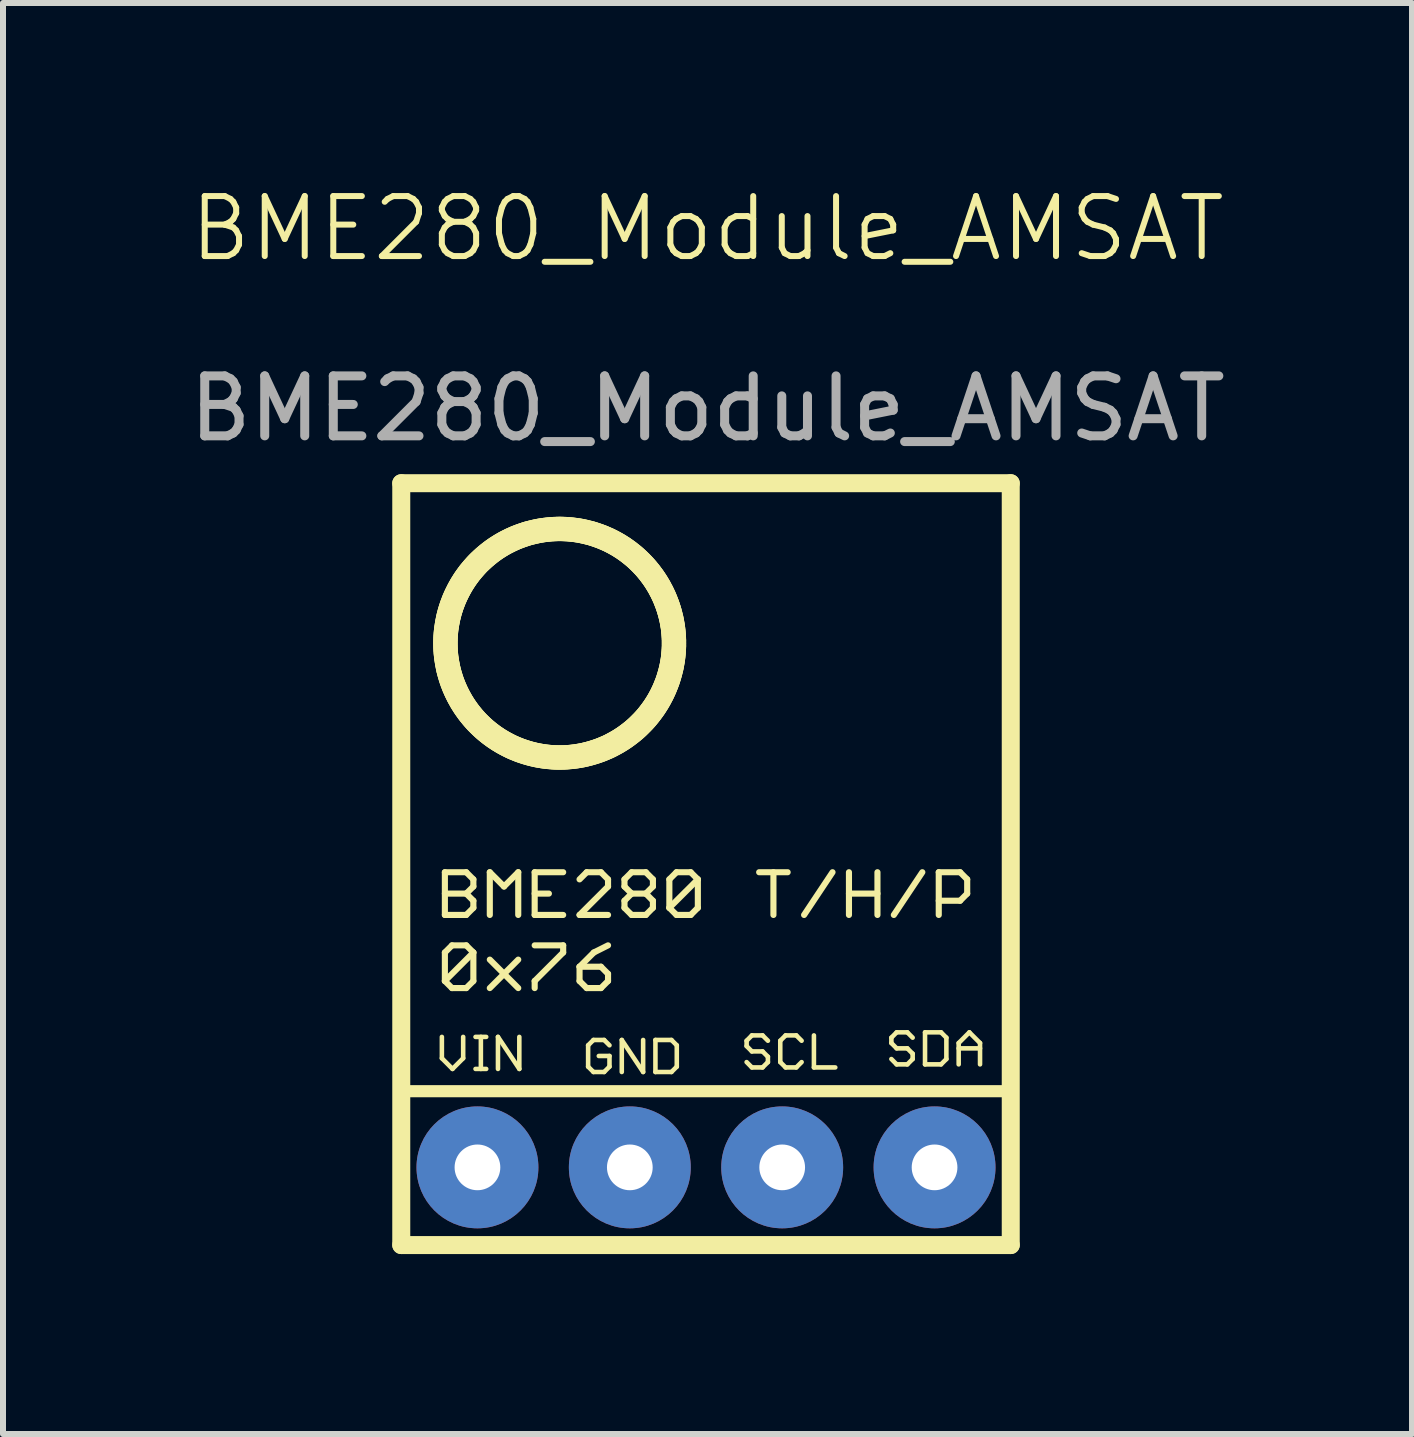
<source format=kicad_pcb>
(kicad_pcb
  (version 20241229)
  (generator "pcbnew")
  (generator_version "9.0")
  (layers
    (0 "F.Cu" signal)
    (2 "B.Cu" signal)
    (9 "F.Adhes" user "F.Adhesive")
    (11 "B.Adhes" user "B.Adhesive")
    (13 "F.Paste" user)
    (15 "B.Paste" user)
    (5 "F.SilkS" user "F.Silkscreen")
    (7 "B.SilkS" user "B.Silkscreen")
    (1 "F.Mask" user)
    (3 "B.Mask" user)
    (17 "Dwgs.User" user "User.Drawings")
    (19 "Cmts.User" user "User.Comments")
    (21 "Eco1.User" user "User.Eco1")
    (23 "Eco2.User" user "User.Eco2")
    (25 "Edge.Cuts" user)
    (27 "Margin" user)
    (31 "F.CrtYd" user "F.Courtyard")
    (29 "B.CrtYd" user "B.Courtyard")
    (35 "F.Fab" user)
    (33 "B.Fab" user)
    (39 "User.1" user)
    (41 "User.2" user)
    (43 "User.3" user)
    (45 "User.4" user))
  (footprint "BME280_Module_AMSAT"
    (layer "F.Cu")
    (at 8.744 16.41)
    (property "Reference" "BME280_Module_AMSAT" (at 0 -15.649 0) (unlocked yes) (layer "F.SilkS") (effects (font (size 1 1) (thickness 0.1))))
    (attr through_hole)
    (fp_line (start -5.105 -11.405) (end -5.105 1.295) (stroke (width 0.3) (type solid)) (layer "F.SilkS"))
    (fp_line (start -5.105 1.295) (end 5.055 1.295) (stroke (width 0.3) (type solid)) (layer "F.SilkS"))
    (fp_line (start -4.428 -2.175) (end -4.428 -1.819) (stroke (width 0.076) (type solid)) (layer "F.SilkS"))
    (fp_line (start -4.428 -1.819) (end -4.251 -1.641) (stroke (width 0.076) (type solid)) (layer "F.SilkS"))
    (fp_line (start -4.378 -4.92) (end -4.022 -4.92) (stroke (width 0.102) (type solid)) (layer "F.SilkS"))
    (fp_line (start -4.378 -4.208) (end -4.378 -4.92) (stroke (width 0.102) (type solid)) (layer "F.SilkS"))
    (fp_line (start -4.378 -3.582) (end -4.259 -3.701) (stroke (width 0.102) (type solid)) (layer "F.SilkS"))
    (fp_line (start -4.378 -3.107) (end -4.378 -3.582) (stroke (width 0.102) (type solid)) (layer "F.SilkS"))
    (fp_line (start -4.378 -3.107) (end -3.903 -3.582) (stroke (width 0.102) (type solid)) (layer "F.SilkS"))
    (fp_line (start -4.369 -8.738) (end -4.368 -8.784) (stroke (width 0.406) (type solid)) (layer "F.SilkS"))
    (fp_line (start -4.368 -8.784) (end -4.367 -8.831) (stroke (width 0.406) (type solid)) (layer "F.SilkS"))
    (fp_line (start -4.368 -8.691) (end -4.369 -8.738) (stroke (width 0.406) (type solid)) (layer "F.SilkS"))
    (fp_line (start -4.367 -8.831) (end -4.364 -8.878) (stroke (width 0.406) (type solid)) (layer "F.SilkS"))
    (fp_line (start -4.367 -8.644) (end -4.368 -8.691) (stroke (width 0.406) (type solid)) (layer "F.SilkS"))
    (fp_line (start -4.364 -8.878) (end -4.36 -8.924) (stroke (width 0.406) (type solid)) (layer "F.SilkS"))
    (fp_line (start -4.364 -8.597) (end -4.367 -8.644) (stroke (width 0.406) (type solid)) (layer "F.SilkS"))
    (fp_line (start -4.36 -8.924) (end -4.355 -8.971) (stroke (width 0.406) (type solid)) (layer "F.SilkS"))
    (fp_line (start -4.36 -8.551) (end -4.364 -8.597) (stroke (width 0.406) (type solid)) (layer "F.SilkS"))
    (fp_line (start -4.355 -8.971) (end -4.348 -9.017) (stroke (width 0.406) (type solid)) (layer "F.SilkS"))
    (fp_line (start -4.355 -8.504) (end -4.36 -8.551) (stroke (width 0.406) (type solid)) (layer "F.SilkS"))
    (fp_line (start -4.348 -9.017) (end -4.341 -9.063) (stroke (width 0.406) (type solid)) (layer "F.SilkS"))
    (fp_line (start -4.348 -8.458) (end -4.355 -8.504) (stroke (width 0.406) (type solid)) (layer "F.SilkS"))
    (fp_line (start -4.341 -9.063) (end -4.332 -9.109) (stroke (width 0.406) (type solid)) (layer "F.SilkS"))
    (fp_line (start -4.341 -8.412) (end -4.348 -8.458) (stroke (width 0.406) (type solid)) (layer "F.SilkS"))
    (fp_line (start -4.332 -9.109) (end -4.323 -9.155) (stroke (width 0.406) (type solid)) (layer "F.SilkS"))
    (fp_line (start -4.332 -8.366) (end -4.341 -8.412) (stroke (width 0.406) (type solid)) (layer "F.SilkS"))
    (fp_line (start -4.323 -9.155) (end -4.312 -9.2) (stroke (width 0.406) (type solid)) (layer "F.SilkS"))
    (fp_line (start -4.323 -8.32) (end -4.332 -8.366) (stroke (width 0.406) (type solid)) (layer "F.SilkS"))
    (fp_line (start -4.312 -9.2) (end -4.3 -9.246) (stroke (width 0.406) (type solid)) (layer "F.SilkS"))
    (fp_line (start -4.312 -8.275) (end -4.323 -8.32) (stroke (width 0.406) (type solid)) (layer "F.SilkS"))
    (fp_line (start -4.3 -9.246) (end -4.287 -9.291) (stroke (width 0.406) (type solid)) (layer "F.SilkS"))
    (fp_line (start -4.3 -8.23) (end -4.312 -8.275) (stroke (width 0.406) (type solid)) (layer "F.SilkS"))
    (fp_line (start -4.287 -9.291) (end -4.273 -9.335) (stroke (width 0.406) (type solid)) (layer "F.SilkS"))
    (fp_line (start -4.287 -8.185) (end -4.3 -8.23) (stroke (width 0.406) (type solid)) (layer "F.SilkS"))
    (fp_line (start -4.273 -9.335) (end -4.258 -9.379) (stroke (width 0.406) (type solid)) (layer "F.SilkS"))
    (fp_line (start -4.273 -8.14) (end -4.287 -8.185) (stroke (width 0.406) (type solid)) (layer "F.SilkS"))
    (fp_line (start -4.259 -3.701) (end -4.022 -3.701) (stroke (width 0.102) (type solid)) (layer "F.SilkS"))
    (fp_line (start -4.259 -2.989) (end -4.378 -3.107) (stroke (width 0.102) (type solid)) (layer "F.SilkS"))
    (fp_line (start -4.258 -9.379) (end -4.241 -9.423) (stroke (width 0.406) (type solid)) (layer "F.SilkS"))
    (fp_line (start -4.258 -8.096) (end -4.273 -8.14) (stroke (width 0.406) (type solid)) (layer "F.SilkS"))
    (fp_line (start -4.251 -1.641) (end -4.073 -1.819) (stroke (width 0.076) (type solid)) (layer "F.SilkS"))
    (fp_line (start -4.241 -9.423) (end -4.224 -9.467) (stroke (width 0.406) (type solid)) (layer "F.SilkS"))
    (fp_line (start -4.241 -8.052) (end -4.258 -8.096) (stroke (width 0.406) (type solid)) (layer "F.SilkS"))
    (fp_line (start -4.224 -9.467) (end -4.205 -9.51) (stroke (width 0.406) (type solid)) (layer "F.SilkS"))
    (fp_line (start -4.224 -8.009) (end -4.241 -8.052) (stroke (width 0.406) (type solid)) (layer "F.SilkS"))
    (fp_line (start -4.205 -9.51) (end -4.186 -9.552) (stroke (width 0.406) (type solid)) (layer "F.SilkS"))
    (fp_line (start -4.205 -7.966) (end -4.224 -8.009) (stroke (width 0.406) (type solid)) (layer "F.SilkS"))
    (fp_line (start -4.186 -9.552) (end -4.165 -9.594) (stroke (width 0.406) (type solid)) (layer "F.SilkS"))
    (fp_line (start -4.186 -7.923) (end -4.205 -7.966) (stroke (width 0.406) (type solid)) (layer "F.SilkS"))
    (fp_line (start -4.165 -9.594) (end -4.144 -9.635) (stroke (width 0.406) (type solid)) (layer "F.SilkS"))
    (fp_line (start -4.165 -7.881) (end -4.186 -7.923) (stroke (width 0.406) (type solid)) (layer "F.SilkS"))
    (fp_line (start -4.144 -9.635) (end -4.121 -9.677) (stroke (width 0.406) (type solid)) (layer "F.SilkS"))
    (fp_line (start -4.144 -7.84) (end -4.165 -7.881) (stroke (width 0.406) (type solid)) (layer "F.SilkS"))
    (fp_line (start -4.121 -9.677) (end -4.098 -9.717) (stroke (width 0.406) (type solid)) (layer "F.SilkS"))
    (fp_line (start -4.121 -7.799) (end -4.144 -7.84) (stroke (width 0.406) (type solid)) (layer "F.SilkS"))
    (fp_line (start -4.098 -9.717) (end -4.073 -9.757) (stroke (width 0.406) (type solid)) (layer "F.SilkS"))
    (fp_line (start -4.098 -7.758) (end -4.121 -7.799) (stroke (width 0.406) (type solid)) (layer "F.SilkS"))
    (fp_line (start -4.073 -9.757) (end -4.048 -9.796) (stroke (width 0.406) (type solid)) (layer "F.SilkS"))
    (fp_line (start -4.073 -7.719) (end -4.098 -7.758) (stroke (width 0.406) (type solid)) (layer "F.SilkS"))
    (fp_line (start -4.073 -1.819) (end -4.073 -2.175) (stroke (width 0.076) (type solid)) (layer "F.SilkS"))
    (fp_line (start -4.048 -9.796) (end -4.021 -9.835) (stroke (width 0.406) (type solid)) (layer "F.SilkS"))
    (fp_line (start -4.048 -7.679) (end -4.073 -7.719) (stroke (width 0.406) (type solid)) (layer "F.SilkS"))
    (fp_line (start -4.022 -4.92) (end -3.903 -4.801) (stroke (width 0.102) (type solid)) (layer "F.SilkS"))
    (fp_line (start -4.022 -4.564) (end -4.378 -4.564) (stroke (width 0.102) (type solid)) (layer "F.SilkS"))
    (fp_line (start -4.022 -4.564) (end -3.903 -4.445) (stroke (width 0.102) (type solid)) (layer "F.SilkS"))
    (fp_line (start -4.022 -4.208) (end -4.378 -4.208) (stroke (width 0.102) (type solid)) (layer "F.SilkS"))
    (fp_line (start -4.022 -3.701) (end -3.903 -3.582) (stroke (width 0.102) (type solid)) (layer "F.SilkS"))
    (fp_line (start -4.022 -2.989) (end -4.259 -2.989) (stroke (width 0.102) (type solid)) (layer "F.SilkS"))
    (fp_line (start -4.021 -9.835) (end -3.994 -9.872) (stroke (width 0.406) (type solid)) (layer "F.SilkS"))
    (fp_line (start -4.021 -7.641) (end -4.048 -7.679) (stroke (width 0.406) (type solid)) (layer "F.SilkS"))
    (fp_line (start -3.994 -9.872) (end -3.966 -9.91) (stroke (width 0.406) (type solid)) (layer "F.SilkS"))
    (fp_line (start -3.994 -7.603) (end -4.021 -7.641) (stroke (width 0.406) (type solid)) (layer "F.SilkS"))
    (fp_line (start -3.966 -9.91) (end -3.936 -9.946) (stroke (width 0.406) (type solid)) (layer "F.SilkS"))
    (fp_line (start -3.966 -7.566) (end -3.994 -7.603) (stroke (width 0.406) (type solid)) (layer "F.SilkS"))
    (fp_line (start -3.936 -9.946) (end -3.906 -9.982) (stroke (width 0.406) (type solid)) (layer "F.SilkS"))
    (fp_line (start -3.936 -7.529) (end -3.966 -7.566) (stroke (width 0.406) (type solid)) (layer "F.SilkS"))
    (fp_line (start -3.906 -9.982) (end -3.875 -10.017) (stroke (width 0.406) (type solid)) (layer "F.SilkS"))
    (fp_line (start -3.906 -7.493) (end -3.936 -7.529) (stroke (width 0.406) (type solid)) (layer "F.SilkS"))
    (fp_line (start -3.903 -4.801) (end -3.903 -4.682) (stroke (width 0.102) (type solid)) (layer "F.SilkS"))
    (fp_line (start -3.903 -4.682) (end -4.022 -4.564) (stroke (width 0.102) (type solid)) (layer "F.SilkS"))
    (fp_line (start -3.903 -4.445) (end -3.903 -4.327) (stroke (width 0.102) (type solid)) (layer "F.SilkS"))
    (fp_line (start -3.903 -4.327) (end -4.022 -4.208) (stroke (width 0.102) (type solid)) (layer "F.SilkS"))
    (fp_line (start -3.903 -3.582) (end -3.903 -3.107) (stroke (width 0.102) (type solid)) (layer "F.SilkS"))
    (fp_line (start -3.903 -3.107) (end -4.022 -2.989) (stroke (width 0.102) (type solid)) (layer "F.SilkS"))
    (fp_line (start -3.875 -10.017) (end -3.844 -10.051) (stroke (width 0.406) (type solid)) (layer "F.SilkS"))
    (fp_line (start -3.875 -7.458) (end -3.906 -7.493) (stroke (width 0.406) (type solid)) (layer "F.SilkS"))
    (fp_line (start -3.867 -2.175) (end -3.689 -2.175) (stroke (width 0.076) (type solid)) (layer "F.SilkS"))
    (fp_line (start -3.867 -1.641) (end -3.689 -1.641) (stroke (width 0.076) (type solid)) (layer "F.SilkS"))
    (fp_line (start -3.844 -10.051) (end -3.811 -10.085) (stroke (width 0.406) (type solid)) (layer "F.SilkS"))
    (fp_line (start -3.844 -7.424) (end -3.875 -7.458) (stroke (width 0.406) (type solid)) (layer "F.SilkS"))
    (fp_line (start -3.811 -10.085) (end -3.777 -10.117) (stroke (width 0.406) (type solid)) (layer "F.SilkS"))
    (fp_line (start -3.811 -7.391) (end -3.844 -7.424) (stroke (width 0.406) (type solid)) (layer "F.SilkS"))
    (fp_line (start -3.778 -2.175) (end -3.778 -1.641) (stroke (width 0.076) (type solid)) (layer "F.SilkS"))
    (fp_line (start -3.777 -10.117) (end -3.743 -10.149) (stroke (width 0.406) (type solid)) (layer "F.SilkS"))
    (fp_line (start -3.777 -7.358) (end -3.811 -7.391) (stroke (width 0.406) (type solid)) (layer "F.SilkS"))
    (fp_line (start -3.743 -10.149) (end -3.708 -10.18) (stroke (width 0.406) (type solid)) (layer "F.SilkS"))
    (fp_line (start -3.743 -7.326) (end -3.777 -7.358) (stroke (width 0.406) (type solid)) (layer "F.SilkS"))
    (fp_line (start -3.708 -10.18) (end -3.672 -10.21) (stroke (width 0.406) (type solid)) (layer "F.SilkS"))
    (fp_line (start -3.708 -7.295) (end -3.743 -7.326) (stroke (width 0.406) (type solid)) (layer "F.SilkS"))
    (fp_line (start -3.672 -10.21) (end -3.636 -10.239) (stroke (width 0.406) (type solid)) (layer "F.SilkS"))
    (fp_line (start -3.672 -7.265) (end -3.708 -7.295) (stroke (width 0.406) (type solid)) (layer "F.SilkS"))
    (fp_line (start -3.636 -10.239) (end -3.599 -10.268) (stroke (width 0.406) (type solid)) (layer "F.SilkS"))
    (fp_line (start -3.636 -7.236) (end -3.672 -7.265) (stroke (width 0.406) (type solid)) (layer "F.SilkS"))
    (fp_line (start -3.629 -4.92) (end -3.392 -4.682) (stroke (width 0.102) (type solid)) (layer "F.SilkS"))
    (fp_line (start -3.629 -4.208) (end -3.629 -4.92) (stroke (width 0.102) (type solid)) (layer "F.SilkS"))
    (fp_line (start -3.629 -3.463) (end -3.155 -2.989) (stroke (width 0.102) (type solid)) (layer "F.SilkS"))
    (fp_line (start -3.599 -10.268) (end -3.561 -10.295) (stroke (width 0.406) (type solid)) (layer "F.SilkS"))
    (fp_line (start -3.599 -7.208) (end -3.636 -7.236) (stroke (width 0.406) (type solid)) (layer "F.SilkS"))
    (fp_line (start -3.561 -10.295) (end -3.522 -10.322) (stroke (width 0.406) (type solid)) (layer "F.SilkS"))
    (fp_line (start -3.561 -7.18) (end -3.599 -7.208) (stroke (width 0.406) (type solid)) (layer "F.SilkS"))
    (fp_line (start -3.522 -10.322) (end -3.483 -10.347) (stroke (width 0.406) (type solid)) (layer "F.SilkS"))
    (fp_line (start -3.522 -7.154) (end -3.561 -7.18) (stroke (width 0.406) (type solid)) (layer "F.SilkS"))
    (fp_line (start -3.493 -2.175) (end -3.137 -1.641) (stroke (width 0.076) (type solid)) (layer "F.SilkS"))
    (fp_line (start -3.493 -1.641) (end -3.493 -2.175) (stroke (width 0.076) (type solid)) (layer "F.SilkS"))
    (fp_line (start -3.483 -10.347) (end -3.443 -10.372) (stroke (width 0.406) (type solid)) (layer "F.SilkS"))
    (fp_line (start -3.483 -7.128) (end -3.522 -7.154) (stroke (width 0.406) (type solid)) (layer "F.SilkS"))
    (fp_line (start -3.443 -10.372) (end -3.403 -10.395) (stroke (width 0.406) (type solid)) (layer "F.SilkS"))
    (fp_line (start -3.443 -7.104) (end -3.483 -7.128) (stroke (width 0.406) (type solid)) (layer "F.SilkS"))
    (fp_line (start -3.403 -10.395) (end -3.362 -10.418) (stroke (width 0.406) (type solid)) (layer "F.SilkS"))
    (fp_line (start -3.403 -7.08) (end -3.443 -7.104) (stroke (width 0.406) (type solid)) (layer "F.SilkS"))
    (fp_line (start -3.392 -4.682) (end -3.155 -4.92) (stroke (width 0.102) (type solid)) (layer "F.SilkS"))
    (fp_line (start -3.362 -10.418) (end -3.32 -10.439) (stroke (width 0.406) (type solid)) (layer "F.SilkS"))
    (fp_line (start -3.362 -7.058) (end -3.403 -7.08) (stroke (width 0.406) (type solid)) (layer "F.SilkS"))
    (fp_line (start -3.32 -10.439) (end -3.278 -10.46) (stroke (width 0.406) (type solid)) (layer "F.SilkS"))
    (fp_line (start -3.32 -7.036) (end -3.362 -7.058) (stroke (width 0.406) (type solid)) (layer "F.SilkS"))
    (fp_line (start -3.278 -10.46) (end -3.236 -10.479) (stroke (width 0.406) (type solid)) (layer "F.SilkS"))
    (fp_line (start -3.278 -7.015) (end -3.32 -7.036) (stroke (width 0.406) (type solid)) (layer "F.SilkS"))
    (fp_line (start -3.236 -10.479) (end -3.193 -10.498) (stroke (width 0.406) (type solid)) (layer "F.SilkS"))
    (fp_line (start -3.236 -6.996) (end -3.278 -7.015) (stroke (width 0.406) (type solid)) (layer "F.SilkS"))
    (fp_line (start -3.193 -10.498) (end -3.149 -10.515) (stroke (width 0.406) (type solid)) (layer "F.SilkS"))
    (fp_line (start -3.193 -6.978) (end -3.236 -6.996) (stroke (width 0.406) (type solid)) (layer "F.SilkS"))
    (fp_line (start -3.155 -4.92) (end -3.155 -4.208) (stroke (width 0.102) (type solid)) (layer "F.SilkS"))
    (fp_line (start -3.155 -3.463) (end -3.629 -2.989) (stroke (width 0.102) (type solid)) (layer "F.SilkS"))
    (fp_line (start -3.149 -10.515) (end -3.106 -10.531) (stroke (width 0.406) (type solid)) (layer "F.SilkS"))
    (fp_line (start -3.149 -6.96) (end -3.193 -6.978) (stroke (width 0.406) (type solid)) (layer "F.SilkS"))
    (fp_line (start -3.137 -1.641) (end -3.137 -2.175) (stroke (width 0.076) (type solid)) (layer "F.SilkS"))
    (fp_line (start -3.106 -10.531) (end -3.061 -10.546) (stroke (width 0.406) (type solid)) (layer "F.SilkS"))
    (fp_line (start -3.106 -6.944) (end -3.149 -6.96) (stroke (width 0.406) (type solid)) (layer "F.SilkS"))
    (fp_line (start -3.061 -10.546) (end -3.017 -10.561) (stroke (width 0.406) (type solid)) (layer "F.SilkS"))
    (fp_line (start -3.061 -6.929) (end -3.106 -6.944) (stroke (width 0.406) (type solid)) (layer "F.SilkS"))
    (fp_line (start -3.017 -10.561) (end -2.972 -10.574) (stroke (width 0.406) (type solid)) (layer "F.SilkS"))
    (fp_line (start -3.017 -6.915) (end -3.061 -6.929) (stroke (width 0.406) (type solid)) (layer "F.SilkS"))
    (fp_line (start -2.972 -10.574) (end -2.927 -10.585) (stroke (width 0.406) (type solid)) (layer "F.SilkS"))
    (fp_line (start -2.972 -6.902) (end -3.017 -6.915) (stroke (width 0.406) (type solid)) (layer "F.SilkS"))
    (fp_line (start -2.927 -10.585) (end -2.881 -10.596) (stroke (width 0.406) (type solid)) (layer "F.SilkS"))
    (fp_line (start -2.927 -6.89) (end -2.972 -6.902) (stroke (width 0.406) (type solid)) (layer "F.SilkS"))
    (fp_line (start -2.881 -10.596) (end -2.835 -10.606) (stroke (width 0.406) (type solid)) (layer "F.SilkS"))
    (fp_line (start -2.881 -6.879) (end -2.927 -6.89) (stroke (width 0.406) (type solid)) (layer "F.SilkS"))
    (fp_line (start -2.881 -4.92) (end -2.881 -4.208) (stroke (width 0.102) (type solid)) (layer "F.SilkS"))
    (fp_line (start -2.881 -4.564) (end -2.644 -4.564) (stroke (width 0.102) (type solid)) (layer "F.SilkS"))
    (fp_line (start -2.881 -4.208) (end -2.406 -4.208) (stroke (width 0.102) (type solid)) (layer "F.SilkS"))
    (fp_line (start -2.881 -3.107) (end -2.406 -3.582) (stroke (width 0.102) (type solid)) (layer "F.SilkS"))
    (fp_line (start -2.881 -2.989) (end -2.881 -3.107) (stroke (width 0.102) (type solid)) (layer "F.SilkS"))
    (fp_line (start -2.835 -10.606) (end -2.789 -10.615) (stroke (width 0.406) (type solid)) (layer "F.SilkS"))
    (fp_line (start -2.835 -6.869) (end -2.881 -6.879) (stroke (width 0.406) (type solid)) (layer "F.SilkS"))
    (fp_line (start -2.789 -10.615) (end -2.743 -10.622) (stroke (width 0.406) (type solid)) (layer "F.SilkS"))
    (fp_line (start -2.789 -6.861) (end -2.835 -6.869) (stroke (width 0.406) (type solid)) (layer "F.SilkS"))
    (fp_line (start -2.743 -10.622) (end -2.697 -10.628) (stroke (width 0.406) (type solid)) (layer "F.SilkS"))
    (fp_line (start -2.743 -6.853) (end -2.789 -6.861) (stroke (width 0.406) (type solid)) (layer "F.SilkS"))
    (fp_line (start -2.697 -10.628) (end -2.65 -10.633) (stroke (width 0.406) (type solid)) (layer "F.SilkS"))
    (fp_line (start -2.697 -6.847) (end -2.743 -6.853) (stroke (width 0.406) (type solid)) (layer "F.SilkS"))
    (fp_line (start -2.65 -10.633) (end -2.604 -10.638) (stroke (width 0.406) (type solid)) (layer "F.SilkS"))
    (fp_line (start -2.65 -6.842) (end -2.697 -6.847) (stroke (width 0.406) (type solid)) (layer "F.SilkS"))
    (fp_line (start -2.604 -10.638) (end -2.557 -10.64) (stroke (width 0.406) (type solid)) (layer "F.SilkS"))
    (fp_line (start -2.604 -6.838) (end -2.65 -6.842) (stroke (width 0.406) (type solid)) (layer "F.SilkS"))
    (fp_line (start -2.557 -10.64) (end -2.511 -10.642) (stroke (width 0.406) (type solid)) (layer "F.SilkS"))
    (fp_line (start -2.557 -6.835) (end -2.604 -6.838) (stroke (width 0.406) (type solid)) (layer "F.SilkS"))
    (fp_line (start -2.511 -10.642) (end -2.464 -10.643) (stroke (width 0.406) (type solid)) (layer "F.SilkS"))
    (fp_line (start -2.511 -6.833) (end -2.557 -6.835) (stroke (width 0.406) (type solid)) (layer "F.SilkS"))
    (fp_line (start -2.464 -10.643) (end -2.417 -10.642) (stroke (width 0.406) (type solid)) (layer "F.SilkS"))
    (fp_line (start -2.464 -6.833) (end -2.511 -6.833) (stroke (width 0.406) (type solid)) (layer "F.SilkS"))
    (fp_line (start -2.417 -10.642) (end -2.37 -10.64) (stroke (width 0.406) (type solid)) (layer "F.SilkS"))
    (fp_line (start -2.417 -6.833) (end -2.464 -6.833) (stroke (width 0.406) (type solid)) (layer "F.SilkS"))
    (fp_line (start -2.406 -4.92) (end -2.881 -4.92) (stroke (width 0.102) (type solid)) (layer "F.SilkS"))
    (fp_line (start -2.406 -3.701) (end -2.881 -3.701) (stroke (width 0.102) (type solid)) (layer "F.SilkS"))
    (fp_line (start -2.406 -3.582) (end -2.406 -3.701) (stroke (width 0.102) (type solid)) (layer "F.SilkS"))
    (fp_line (start -2.37 -10.64) (end -2.324 -10.638) (stroke (width 0.406) (type solid)) (layer "F.SilkS"))
    (fp_line (start -2.37 -6.835) (end -2.417 -6.833) (stroke (width 0.406) (type solid)) (layer "F.SilkS"))
    (fp_line (start -2.324 -10.638) (end -2.277 -10.633) (stroke (width 0.406) (type solid)) (layer "F.SilkS"))
    (fp_line (start -2.324 -6.838) (end -2.37 -6.835) (stroke (width 0.406) (type solid)) (layer "F.SilkS"))
    (fp_line (start -2.277 -10.633) (end -2.231 -10.628) (stroke (width 0.406) (type solid)) (layer "F.SilkS"))
    (fp_line (start -2.277 -6.842) (end -2.324 -6.838) (stroke (width 0.406) (type solid)) (layer "F.SilkS"))
    (fp_line (start -2.231 -10.628) (end -2.184 -10.622) (stroke (width 0.406) (type solid)) (layer "F.SilkS"))
    (fp_line (start -2.231 -6.847) (end -2.277 -6.842) (stroke (width 0.406) (type solid)) (layer "F.SilkS"))
    (fp_line (start -2.184 -10.622) (end -2.138 -10.615) (stroke (width 0.406) (type solid)) (layer "F.SilkS"))
    (fp_line (start -2.184 -6.853) (end -2.231 -6.847) (stroke (width 0.406) (type solid)) (layer "F.SilkS"))
    (fp_line (start -2.138 -10.615) (end -2.092 -10.606) (stroke (width 0.406) (type solid)) (layer "F.SilkS"))
    (fp_line (start -2.138 -6.861) (end -2.184 -6.853) (stroke (width 0.406) (type solid)) (layer "F.SilkS"))
    (fp_line (start -2.133 -4.208) (end -1.658 -4.682) (stroke (width 0.102) (type solid)) (layer "F.SilkS"))
    (fp_line (start -2.133 -4.208) (end -1.658 -4.208) (stroke (width 0.102) (type solid)) (layer "F.SilkS"))
    (fp_line (start -2.133 -3.345) (end -1.895 -3.582) (stroke (width 0.102) (type solid)) (layer "F.SilkS"))
    (fp_line (start -2.133 -3.345) (end -1.776 -3.345) (stroke (width 0.102) (type solid)) (layer "F.SilkS"))
    (fp_line (start -2.133 -3.107) (end -2.133 -3.345) (stroke (width 0.102) (type solid)) (layer "F.SilkS"))
    (fp_line (start -2.092 -10.606) (end -2.046 -10.596) (stroke (width 0.406) (type solid)) (layer "F.SilkS"))
    (fp_line (start -2.092 -6.869) (end -2.138 -6.861) (stroke (width 0.406) (type solid)) (layer "F.SilkS"))
    (fp_line (start -2.046 -10.596) (end -2.001 -10.585) (stroke (width 0.406) (type solid)) (layer "F.SilkS"))
    (fp_line (start -2.046 -6.879) (end -2.092 -6.869) (stroke (width 0.406) (type solid)) (layer "F.SilkS"))
    (fp_line (start -2.014 -4.92) (end -2.133 -4.801) (stroke (width 0.102) (type solid)) (layer "F.SilkS"))
    (fp_line (start -2.014 -2.989) (end -2.133 -3.107) (stroke (width 0.102) (type solid)) (layer "F.SilkS"))
    (fp_line (start -2.001 -10.585) (end -1.956 -10.574) (stroke (width 0.406) (type solid)) (layer "F.SilkS"))
    (fp_line (start -2.001 -6.89) (end -2.046 -6.879) (stroke (width 0.406) (type solid)) (layer "F.SilkS"))
    (fp_line (start -1.99 -2.035) (end -1.99 -1.679) (stroke (width 0.076) (type solid)) (layer "F.SilkS"))
    (fp_line (start -1.99 -2.035) (end -1.901 -2.124) (stroke (width 0.076) (type solid)) (layer "F.SilkS"))
    (fp_line (start -1.99 -1.679) (end -1.901 -1.59) (stroke (width 0.076) (type solid)) (layer "F.SilkS"))
    (fp_line (start -1.956 -10.574) (end -1.911 -10.561) (stroke (width 0.406) (type solid)) (layer "F.SilkS"))
    (fp_line (start -1.956 -6.902) (end -2.001 -6.89) (stroke (width 0.406) (type solid)) (layer "F.SilkS"))
    (fp_line (start -1.911 -10.561) (end -1.866 -10.546) (stroke (width 0.406) (type solid)) (layer "F.SilkS"))
    (fp_line (start -1.911 -6.915) (end -1.956 -6.902) (stroke (width 0.406) (type solid)) (layer "F.SilkS"))
    (fp_line (start -1.901 -2.124) (end -1.723 -2.124) (stroke (width 0.076) (type solid)) (layer "F.SilkS"))
    (fp_line (start -1.901 -1.59) (end -1.723 -1.59) (stroke (width 0.076) (type solid)) (layer "F.SilkS"))
    (fp_line (start -1.895 -3.582) (end -1.658 -3.701) (stroke (width 0.102) (type solid)) (layer "F.SilkS"))
    (fp_line (start -1.866 -10.546) (end -1.822 -10.531) (stroke (width 0.406) (type solid)) (layer "F.SilkS"))
    (fp_line (start -1.866 -6.929) (end -1.911 -6.915) (stroke (width 0.406) (type solid)) (layer "F.SilkS"))
    (fp_line (start -1.822 -10.531) (end -1.778 -10.515) (stroke (width 0.406) (type solid)) (layer "F.SilkS"))
    (fp_line (start -1.822 -6.944) (end -1.866 -6.929) (stroke (width 0.406) (type solid)) (layer "F.SilkS"))
    (fp_line (start -1.778 -10.515) (end -1.735 -10.498) (stroke (width 0.406) (type solid)) (layer "F.SilkS"))
    (fp_line (start -1.778 -6.96) (end -1.822 -6.944) (stroke (width 0.406) (type solid)) (layer "F.SilkS"))
    (fp_line (start -1.776 -4.92) (end -2.014 -4.92) (stroke (width 0.102) (type solid)) (layer "F.SilkS"))
    (fp_line (start -1.776 -3.345) (end -1.658 -3.226) (stroke (width 0.102) (type solid)) (layer "F.SilkS"))
    (fp_line (start -1.776 -2.989) (end -2.014 -2.989) (stroke (width 0.102) (type solid)) (layer "F.SilkS"))
    (fp_line (start -1.735 -10.498) (end -1.692 -10.479) (stroke (width 0.406) (type solid)) (layer "F.SilkS"))
    (fp_line (start -1.735 -6.978) (end -1.778 -6.96) (stroke (width 0.406) (type solid)) (layer "F.SilkS"))
    (fp_line (start -1.723 -2.124) (end -1.634 -2.035) (stroke (width 0.076) (type solid)) (layer "F.SilkS"))
    (fp_line (start -1.723 -1.59) (end -1.634 -1.679) (stroke (width 0.076) (type solid)) (layer "F.SilkS"))
    (fp_line (start -1.692 -10.479) (end -1.649 -10.46) (stroke (width 0.406) (type solid)) (layer "F.SilkS"))
    (fp_line (start -1.692 -6.996) (end -1.735 -6.978) (stroke (width 0.406) (type solid)) (layer "F.SilkS"))
    (fp_line (start -1.658 -4.801) (end -1.776 -4.92) (stroke (width 0.102) (type solid)) (layer "F.SilkS"))
    (fp_line (start -1.658 -4.682) (end -1.658 -4.801) (stroke (width 0.102) (type solid)) (layer "F.SilkS"))
    (fp_line (start -1.658 -3.226) (end -1.658 -3.107) (stroke (width 0.102) (type solid)) (layer "F.SilkS"))
    (fp_line (start -1.658 -3.107) (end -1.776 -2.989) (stroke (width 0.102) (type solid)) (layer "F.SilkS"))
    (fp_line (start -1.649 -10.46) (end -1.607 -10.439) (stroke (width 0.406) (type solid)) (layer "F.SilkS"))
    (fp_line (start -1.649 -7.015) (end -1.692 -6.996) (stroke (width 0.406) (type solid)) (layer "F.SilkS"))
    (fp_line (start -1.634 -1.857) (end -1.812 -1.857) (stroke (width 0.076) (type solid)) (layer "F.SilkS"))
    (fp_line (start -1.634 -1.679) (end -1.634 -1.857) (stroke (width 0.076) (type solid)) (layer "F.SilkS"))
    (fp_line (start -1.607 -10.439) (end -1.566 -10.418) (stroke (width 0.406) (type solid)) (layer "F.SilkS"))
    (fp_line (start -1.607 -7.036) (end -1.649 -7.015) (stroke (width 0.406) (type solid)) (layer "F.SilkS"))
    (fp_line (start -1.566 -10.418) (end -1.525 -10.395) (stroke (width 0.406) (type solid)) (layer "F.SilkS"))
    (fp_line (start -1.566 -7.058) (end -1.607 -7.036) (stroke (width 0.406) (type solid)) (layer "F.SilkS"))
    (fp_line (start -1.525 -10.395) (end -1.484 -10.372) (stroke (width 0.406) (type solid)) (layer "F.SilkS"))
    (fp_line (start -1.525 -7.08) (end -1.566 -7.058) (stroke (width 0.406) (type solid)) (layer "F.SilkS"))
    (fp_line (start -1.484 -10.372) (end -1.445 -10.347) (stroke (width 0.406) (type solid)) (layer "F.SilkS"))
    (fp_line (start -1.484 -7.104) (end -1.525 -7.08) (stroke (width 0.406) (type solid)) (layer "F.SilkS"))
    (fp_line (start -1.445 -10.347) (end -1.405 -10.322) (stroke (width 0.406) (type solid)) (layer "F.SilkS"))
    (fp_line (start -1.445 -7.128) (end -1.484 -7.104) (stroke (width 0.406) (type solid)) (layer "F.SilkS"))
    (fp_line (start -1.429 -2.124) (end -1.429 -1.59) (stroke (width 0.076) (type solid)) (layer "F.SilkS"))
    (fp_line (start -1.429 -2.124) (end -1.073 -1.59) (stroke (width 0.076) (type solid)) (layer "F.SilkS"))
    (fp_line (start -1.405 -10.322) (end -1.367 -10.295) (stroke (width 0.406) (type solid)) (layer "F.SilkS"))
    (fp_line (start -1.405 -7.154) (end -1.445 -7.128) (stroke (width 0.406) (type solid)) (layer "F.SilkS"))
    (fp_line (start -1.384 -4.801) (end -1.265 -4.92) (stroke (width 0.102) (type solid)) (layer "F.SilkS"))
    (fp_line (start -1.384 -4.682) (end -1.384 -4.801) (stroke (width 0.102) (type solid)) (layer "F.SilkS"))
    (fp_line (start -1.384 -4.445) (end -1.265 -4.564) (stroke (width 0.102) (type solid)) (layer "F.SilkS"))
    (fp_line (start -1.384 -4.327) (end -1.384 -4.445) (stroke (width 0.102) (type solid)) (layer "F.SilkS"))
    (fp_line (start -1.367 -10.295) (end -1.329 -10.268) (stroke (width 0.406) (type solid)) (layer "F.SilkS"))
    (fp_line (start -1.367 -7.18) (end -1.405 -7.154) (stroke (width 0.406) (type solid)) (layer "F.SilkS"))
    (fp_line (start -1.329 -10.268) (end -1.292 -10.239) (stroke (width 0.406) (type solid)) (layer "F.SilkS"))
    (fp_line (start -1.329 -7.208) (end -1.367 -7.18) (stroke (width 0.406) (type solid)) (layer "F.SilkS"))
    (fp_line (start -1.292 -10.239) (end -1.255 -10.21) (stroke (width 0.406) (type solid)) (layer "F.SilkS"))
    (fp_line (start -1.292 -7.236) (end -1.329 -7.208) (stroke (width 0.406) (type solid)) (layer "F.SilkS"))
    (fp_line (start -1.265 -4.92) (end -1.028 -4.92) (stroke (width 0.102) (type solid)) (layer "F.SilkS"))
    (fp_line (start -1.265 -4.564) (end -1.384 -4.682) (stroke (width 0.102) (type solid)) (layer "F.SilkS"))
    (fp_line (start -1.265 -4.564) (end -1.028 -4.564) (stroke (width 0.102) (type solid)) (layer "F.SilkS"))
    (fp_line (start -1.265 -4.208) (end -1.384 -4.327) (stroke (width 0.102) (type solid)) (layer "F.SilkS"))
    (fp_line (start -1.255 -10.21) (end -1.219 -10.18) (stroke (width 0.406) (type solid)) (layer "F.SilkS"))
    (fp_line (start -1.255 -7.265) (end -1.292 -7.236) (stroke (width 0.406) (type solid)) (layer "F.SilkS"))
    (fp_line (start -1.219 -10.18) (end -1.184 -10.149) (stroke (width 0.406) (type solid)) (layer "F.SilkS"))
    (fp_line (start -1.219 -7.295) (end -1.255 -7.265) (stroke (width 0.406) (type solid)) (layer "F.SilkS"))
    (fp_line (start -1.184 -10.149) (end -1.15 -10.117) (stroke (width 0.406) (type solid)) (layer "F.SilkS"))
    (fp_line (start -1.184 -7.326) (end -1.219 -7.295) (stroke (width 0.406) (type solid)) (layer "F.SilkS"))
    (fp_line (start -1.15 -10.117) (end -1.117 -10.085) (stroke (width 0.406) (type solid)) (layer "F.SilkS"))
    (fp_line (start -1.15 -7.358) (end -1.184 -7.326) (stroke (width 0.406) (type solid)) (layer "F.SilkS"))
    (fp_line (start -1.117 -10.085) (end -1.084 -10.051) (stroke (width 0.406) (type solid)) (layer "F.SilkS"))
    (fp_line (start -1.117 -7.391) (end -1.15 -7.358) (stroke (width 0.406) (type solid)) (layer "F.SilkS"))
    (fp_line (start -1.084 -10.051) (end -1.052 -10.017) (stroke (width 0.406) (type solid)) (layer "F.SilkS"))
    (fp_line (start -1.084 -7.424) (end -1.117 -7.391) (stroke (width 0.406) (type solid)) (layer "F.SilkS"))
    (fp_line (start -1.073 -1.59) (end -1.073 -2.124) (stroke (width 0.076) (type solid)) (layer "F.SilkS"))
    (fp_line (start -1.052 -10.017) (end -1.021 -9.982) (stroke (width 0.406) (type solid)) (layer "F.SilkS"))
    (fp_line (start -1.052 -7.458) (end -1.084 -7.424) (stroke (width 0.406) (type solid)) (layer "F.SilkS"))
    (fp_line (start -1.028 -4.92) (end -0.91 -4.801) (stroke (width 0.102) (type solid)) (layer "F.SilkS"))
    (fp_line (start -1.028 -4.564) (end -0.91 -4.445) (stroke (width 0.102) (type solid)) (layer "F.SilkS"))
    (fp_line (start -1.028 -4.208) (end -1.265 -4.208) (stroke (width 0.102) (type solid)) (layer "F.SilkS"))
    (fp_line (start -1.021 -9.982) (end -0.991 -9.946) (stroke (width 0.406) (type solid)) (layer "F.SilkS"))
    (fp_line (start -1.021 -7.493) (end -1.052 -7.458) (stroke (width 0.406) (type solid)) (layer "F.SilkS"))
    (fp_line (start -0.991 -9.946) (end -0.962 -9.91) (stroke (width 0.406) (type solid)) (layer "F.SilkS"))
    (fp_line (start -0.991 -7.529) (end -1.021 -7.493) (stroke (width 0.406) (type solid)) (layer "F.SilkS"))
    (fp_line (start -0.962 -9.91) (end -0.934 -9.872) (stroke (width 0.406) (type solid)) (layer "F.SilkS"))
    (fp_line (start -0.962 -7.566) (end -0.991 -7.529) (stroke (width 0.406) (type solid)) (layer "F.SilkS"))
    (fp_line (start -0.934 -9.872) (end -0.906 -9.835) (stroke (width 0.406) (type solid)) (layer "F.SilkS"))
    (fp_line (start -0.934 -7.603) (end -0.962 -7.566) (stroke (width 0.406) (type solid)) (layer "F.SilkS"))
    (fp_line (start -0.91 -4.801) (end -0.91 -4.682) (stroke (width 0.102) (type solid)) (layer "F.SilkS"))
    (fp_line (start -0.91 -4.682) (end -1.028 -4.564) (stroke (width 0.102) (type solid)) (layer "F.SilkS"))
    (fp_line (start -0.91 -4.445) (end -0.91 -4.327) (stroke (width 0.102) (type solid)) (layer "F.SilkS"))
    (fp_line (start -0.91 -4.327) (end -1.028 -4.208) (stroke (width 0.102) (type solid)) (layer "F.SilkS"))
    (fp_line (start -0.906 -9.835) (end -0.88 -9.796) (stroke (width 0.406) (type solid)) (layer "F.SilkS"))
    (fp_line (start -0.906 -7.641) (end -0.934 -7.603) (stroke (width 0.406) (type solid)) (layer "F.SilkS"))
    (fp_line (start -0.88 -9.796) (end -0.854 -9.757) (stroke (width 0.406) (type solid)) (layer "F.SilkS"))
    (fp_line (start -0.88 -7.679) (end -0.906 -7.641) (stroke (width 0.406) (type solid)) (layer "F.SilkS"))
    (fp_line (start -0.868 -2.124) (end -0.601 -2.124) (stroke (width 0.076) (type solid)) (layer "F.SilkS"))
    (fp_line (start -0.868 -1.59) (end -0.868 -2.124) (stroke (width 0.076) (type solid)) (layer "F.SilkS"))
    (fp_line (start -0.854 -9.757) (end -0.83 -9.717) (stroke (width 0.406) (type solid)) (layer "F.SilkS"))
    (fp_line (start -0.854 -7.719) (end -0.88 -7.679) (stroke (width 0.406) (type solid)) (layer "F.SilkS"))
    (fp_line (start -0.83 -9.717) (end -0.806 -9.677) (stroke (width 0.406) (type solid)) (layer "F.SilkS"))
    (fp_line (start -0.83 -7.758) (end -0.854 -7.719) (stroke (width 0.406) (type solid)) (layer "F.SilkS"))
    (fp_line (start -0.806 -9.677) (end -0.784 -9.635) (stroke (width 0.406) (type solid)) (layer "F.SilkS"))
    (fp_line (start -0.806 -7.799) (end -0.83 -7.758) (stroke (width 0.406) (type solid)) (layer "F.SilkS"))
    (fp_line (start -0.784 -9.635) (end -0.762 -9.594) (stroke (width 0.406) (type solid)) (layer "F.SilkS"))
    (fp_line (start -0.784 -7.84) (end -0.806 -7.799) (stroke (width 0.406) (type solid)) (layer "F.SilkS"))
    (fp_line (start -0.762 -9.594) (end -0.742 -9.552) (stroke (width 0.406) (type solid)) (layer "F.SilkS"))
    (fp_line (start -0.762 -7.881) (end -0.784 -7.84) (stroke (width 0.406) (type solid)) (layer "F.SilkS"))
    (fp_line (start -0.742 -9.552) (end -0.722 -9.51) (stroke (width 0.406) (type solid)) (layer "F.SilkS"))
    (fp_line (start -0.742 -7.923) (end -0.762 -7.881) (stroke (width 0.406) (type solid)) (layer "F.SilkS"))
    (fp_line (start -0.722 -9.51) (end -0.704 -9.467) (stroke (width 0.406) (type solid)) (layer "F.SilkS"))
    (fp_line (start -0.722 -7.966) (end -0.742 -7.923) (stroke (width 0.406) (type solid)) (layer "F.SilkS"))
    (fp_line (start -0.704 -9.467) (end -0.687 -9.423) (stroke (width 0.406) (type solid)) (layer "F.SilkS"))
    (fp_line (start -0.704 -8.009) (end -0.722 -7.966) (stroke (width 0.406) (type solid)) (layer "F.SilkS"))
    (fp_line (start -0.687 -9.423) (end -0.67 -9.379) (stroke (width 0.406) (type solid)) (layer "F.SilkS"))
    (fp_line (start -0.687 -8.052) (end -0.704 -8.009) (stroke (width 0.406) (type solid)) (layer "F.SilkS"))
    (fp_line (start -0.67 -9.379) (end -0.655 -9.335) (stroke (width 0.406) (type solid)) (layer "F.SilkS"))
    (fp_line (start -0.67 -8.096) (end -0.687 -8.052) (stroke (width 0.406) (type solid)) (layer "F.SilkS"))
    (fp_line (start -0.655 -9.335) (end -0.641 -9.291) (stroke (width 0.406) (type solid)) (layer "F.SilkS"))
    (fp_line (start -0.655 -8.14) (end -0.67 -8.096) (stroke (width 0.406) (type solid)) (layer "F.SilkS"))
    (fp_line (start -0.641 -9.291) (end -0.628 -9.246) (stroke (width 0.406) (type solid)) (layer "F.SilkS"))
    (fp_line (start -0.641 -8.185) (end -0.655 -8.14) (stroke (width 0.406) (type solid)) (layer "F.SilkS"))
    (fp_line (start -0.636 -4.801) (end -0.517 -4.92) (stroke (width 0.102) (type solid)) (layer "F.SilkS"))
    (fp_line (start -0.636 -4.327) (end -0.636 -4.801) (stroke (width 0.102) (type solid)) (layer "F.SilkS"))
    (fp_line (start -0.636 -4.327) (end -0.517 -4.208) (stroke (width 0.102) (type solid)) (layer "F.SilkS"))
    (fp_line (start -0.628 -9.246) (end -0.616 -9.2) (stroke (width 0.406) (type solid)) (layer "F.SilkS"))
    (fp_line (start -0.628 -8.23) (end -0.641 -8.185) (stroke (width 0.406) (type solid)) (layer "F.SilkS"))
    (fp_line (start -0.616 -9.2) (end -0.605 -9.155) (stroke (width 0.406) (type solid)) (layer "F.SilkS"))
    (fp_line (start -0.616 -8.275) (end -0.628 -8.23) (stroke (width 0.406) (type solid)) (layer "F.SilkS"))
    (fp_line (start -0.605 -9.155) (end -0.595 -9.109) (stroke (width 0.406) (type solid)) (layer "F.SilkS"))
    (fp_line (start -0.605 -8.32) (end -0.616 -8.275) (stroke (width 0.406) (type solid)) (layer "F.SilkS"))
    (fp_line (start -0.601 -2.124) (end -0.512 -2.035) (stroke (width 0.076) (type solid)) (layer "F.SilkS"))
    (fp_line (start -0.601 -1.59) (end -0.868 -1.59) (stroke (width 0.076) (type solid)) (layer "F.SilkS"))
    (fp_line (start -0.595 -9.109) (end -0.587 -9.063) (stroke (width 0.406) (type solid)) (layer "F.SilkS"))
    (fp_line (start -0.595 -8.366) (end -0.605 -8.32) (stroke (width 0.406) (type solid)) (layer "F.SilkS"))
    (fp_line (start -0.587 -9.063) (end -0.579 -9.017) (stroke (width 0.406) (type solid)) (layer "F.SilkS"))
    (fp_line (start -0.587 -8.412) (end -0.595 -8.366) (stroke (width 0.406) (type solid)) (layer "F.SilkS"))
    (fp_line (start -0.579 -9.017) (end -0.573 -8.971) (stroke (width 0.406) (type solid)) (layer "F.SilkS"))
    (fp_line (start -0.579 -8.458) (end -0.587 -8.412) (stroke (width 0.406) (type solid)) (layer "F.SilkS"))
    (fp_line (start -0.573 -8.971) (end -0.568 -8.924) (stroke (width 0.406) (type solid)) (layer "F.SilkS"))
    (fp_line (start -0.573 -8.504) (end -0.579 -8.458) (stroke (width 0.406) (type solid)) (layer "F.SilkS"))
    (fp_line (start -0.568 -8.924) (end -0.564 -8.878) (stroke (width 0.406) (type solid)) (layer "F.SilkS"))
    (fp_line (start -0.568 -8.551) (end -0.573 -8.504) (stroke (width 0.406) (type solid)) (layer "F.SilkS"))
    (fp_line (start -0.564 -8.878) (end -0.561 -8.831) (stroke (width 0.406) (type solid)) (layer "F.SilkS"))
    (fp_line (start -0.564 -8.597) (end -0.568 -8.551) (stroke (width 0.406) (type solid)) (layer "F.SilkS"))
    (fp_line (start -0.561 -8.831) (end -0.559 -8.784) (stroke (width 0.406) (type solid)) (layer "F.SilkS"))
    (fp_line (start -0.561 -8.644) (end -0.564 -8.597) (stroke (width 0.406) (type solid)) (layer "F.SilkS"))
    (fp_line (start -0.559 -8.784) (end -0.559 -8.738) (stroke (width 0.406) (type solid)) (layer "F.SilkS"))
    (fp_line (start -0.559 -8.691) (end -0.561 -8.644) (stroke (width 0.406) (type solid)) (layer "F.SilkS"))
    (fp_line (start -0.559 -8.738) (end -0.559 -8.691) (stroke (width 0.406) (type solid)) (layer "F.SilkS"))
    (fp_line (start -0.517 -4.92) (end -0.28 -4.92) (stroke (width 0.102) (type solid)) (layer "F.SilkS"))
    (fp_line (start -0.517 -4.208) (end -0.28 -4.208) (stroke (width 0.102) (type solid)) (layer "F.SilkS"))
    (fp_line (start -0.512 -2.035) (end -0.512 -1.679) (stroke (width 0.076) (type solid)) (layer "F.SilkS"))
    (fp_line (start -0.512 -1.679) (end -0.601 -1.59) (stroke (width 0.076) (type solid)) (layer "F.SilkS"))
    (fp_line (start -0.28 -4.92) (end -0.161 -4.801) (stroke (width 0.102) (type solid)) (layer "F.SilkS"))
    (fp_line (start -0.28 -4.208) (end -0.161 -4.327) (stroke (width 0.102) (type solid)) (layer "F.SilkS"))
    (fp_line (start -0.161 -4.801) (end -0.636 -4.327) (stroke (width 0.102) (type solid)) (layer "F.SilkS"))
    (fp_line (start -0.161 -4.327) (end -0.161 -4.801) (stroke (width 0.102) (type solid)) (layer "F.SilkS"))
    (fp_line (start 0.652 -2.111) (end 0.74 -2.2) (stroke (width 0.076) (type solid)) (layer "F.SilkS"))
    (fp_line (start 0.652 -2.022) (end 0.652 -2.111) (stroke (width 0.076) (type solid)) (layer "F.SilkS"))
    (fp_line (start 0.652 -1.755) (end 0.74 -1.666) (stroke (width 0.076) (type solid)) (layer "F.SilkS"))
    (fp_line (start 0.74 -2.2) (end 0.918 -2.2) (stroke (width 0.076) (type solid)) (layer "F.SilkS"))
    (fp_line (start 0.74 -1.933) (end 0.652 -2.022) (stroke (width 0.076) (type solid)) (layer "F.SilkS"))
    (fp_line (start 0.74 -1.666) (end 0.918 -1.666) (stroke (width 0.076) (type solid)) (layer "F.SilkS"))
    (fp_line (start 0.861 -4.92) (end 1.336 -4.92) (stroke (width 0.102) (type solid)) (layer "F.SilkS"))
    (fp_line (start 0.918 -2.2) (end 1.007 -2.111) (stroke (width 0.076) (type solid)) (layer "F.SilkS"))
    (fp_line (start 0.918 -1.933) (end 0.74 -1.933) (stroke (width 0.076) (type solid)) (layer "F.SilkS"))
    (fp_line (start 0.918 -1.666) (end 1.007 -1.755) (stroke (width 0.076) (type solid)) (layer "F.SilkS"))
    (fp_line (start 1.007 -1.844) (end 0.918 -1.933) (stroke (width 0.076) (type solid)) (layer "F.SilkS"))
    (fp_line (start 1.007 -1.755) (end 1.007 -1.844) (stroke (width 0.076) (type solid)) (layer "F.SilkS"))
    (fp_line (start 1.099 -4.92) (end 1.099 -4.208) (stroke (width 0.102) (type solid)) (layer "F.SilkS"))
    (fp_line (start 1.213 -2.111) (end 1.213 -1.755) (stroke (width 0.076) (type solid)) (layer "F.SilkS"))
    (fp_line (start 1.213 -1.755) (end 1.302 -1.666) (stroke (width 0.076) (type solid)) (layer "F.SilkS"))
    (fp_line (start 1.302 -2.2) (end 1.213 -2.111) (stroke (width 0.076) (type solid)) (layer "F.SilkS"))
    (fp_line (start 1.302 -1.666) (end 1.48 -1.666) (stroke (width 0.076) (type solid)) (layer "F.SilkS"))
    (fp_line (start 1.48 -2.2) (end 1.302 -2.2) (stroke (width 0.076) (type solid)) (layer "F.SilkS"))
    (fp_line (start 1.48 -1.666) (end 1.569 -1.755) (stroke (width 0.076) (type solid)) (layer "F.SilkS"))
    (fp_line (start 1.569 -2.111) (end 1.48 -2.2) (stroke (width 0.076) (type solid)) (layer "F.SilkS"))
    (fp_line (start 1.61 -4.208) (end 2.084 -4.92) (stroke (width 0.102) (type solid)) (layer "F.SilkS"))
    (fp_line (start 1.774 -1.666) (end 1.774 -2.2) (stroke (width 0.076) (type solid)) (layer "F.SilkS"))
    (fp_line (start 1.774 -1.666) (end 2.13 -1.666) (stroke (width 0.076) (type solid)) (layer "F.SilkS"))
    (fp_line (start 2.358 -4.92) (end 2.358 -4.208) (stroke (width 0.102) (type solid)) (layer "F.SilkS"))
    (fp_line (start 2.358 -4.564) (end 2.833 -4.564) (stroke (width 0.102) (type solid)) (layer "F.SilkS"))
    (fp_line (start 2.833 -4.92) (end 2.833 -4.208) (stroke (width 0.102) (type solid)) (layer "F.SilkS"))
    (fp_line (start 3.065 -2.162) (end 3.153 -2.251) (stroke (width 0.076) (type solid)) (layer "F.SilkS"))
    (fp_line (start 3.065 -2.073) (end 3.065 -2.162) (stroke (width 0.076) (type solid)) (layer "F.SilkS"))
    (fp_line (start 3.065 -2.073) (end 3.153 -1.984) (stroke (width 0.076) (type solid)) (layer "F.SilkS"))
    (fp_line (start 3.106 -4.208) (end 3.581 -4.92) (stroke (width 0.102) (type solid)) (layer "F.SilkS"))
    (fp_line (start 3.153 -2.251) (end 3.331 -2.251) (stroke (width 0.076) (type solid)) (layer "F.SilkS"))
    (fp_line (start 3.153 -1.984) (end 3.331 -1.984) (stroke (width 0.076) (type solid)) (layer "F.SilkS"))
    (fp_line (start 3.153 -1.717) (end 3.065 -1.806) (stroke (width 0.076) (type solid)) (layer "F.SilkS"))
    (fp_line (start 3.331 -2.251) (end 3.42 -2.162) (stroke (width 0.076) (type solid)) (layer "F.SilkS"))
    (fp_line (start 3.331 -1.984) (end 3.42 -1.895) (stroke (width 0.076) (type solid)) (layer "F.SilkS"))
    (fp_line (start 3.331 -1.717) (end 3.153 -1.717) (stroke (width 0.076) (type solid)) (layer "F.SilkS"))
    (fp_line (start 3.42 -1.895) (end 3.42 -1.806) (stroke (width 0.076) (type solid)) (layer "F.SilkS"))
    (fp_line (start 3.42 -1.806) (end 3.331 -1.717) (stroke (width 0.076) (type solid)) (layer "F.SilkS"))
    (fp_line (start 3.626 -2.251) (end 3.893 -2.251) (stroke (width 0.076) (type solid)) (layer "F.SilkS"))
    (fp_line (start 3.626 -1.717) (end 3.626 -2.251) (stroke (width 0.076) (type solid)) (layer "F.SilkS"))
    (fp_line (start 3.855 -4.92) (end 3.855 -4.208) (stroke (width 0.102) (type solid)) (layer "F.SilkS"))
    (fp_line (start 3.855 -4.445) (end 4.211 -4.445) (stroke (width 0.102) (type solid)) (layer "F.SilkS"))
    (fp_line (start 3.893 -2.251) (end 3.982 -2.162) (stroke (width 0.076) (type solid)) (layer "F.SilkS"))
    (fp_line (start 3.893 -1.717) (end 3.626 -1.717) (stroke (width 0.076) (type solid)) (layer "F.SilkS"))
    (fp_line (start 3.982 -2.162) (end 3.982 -1.806) (stroke (width 0.076) (type solid)) (layer "F.SilkS"))
    (fp_line (start 3.982 -1.806) (end 3.893 -1.717) (stroke (width 0.076) (type solid)) (layer "F.SilkS"))
    (fp_line (start 4.187 -2.073) (end 4.187 -1.717) (stroke (width 0.076) (type solid)) (layer "F.SilkS"))
    (fp_line (start 4.187 -2.073) (end 4.365 -2.251) (stroke (width 0.076) (type solid)) (layer "F.SilkS"))
    (fp_line (start 4.211 -4.92) (end 3.855 -4.92) (stroke (width 0.102) (type solid)) (layer "F.SilkS"))
    (fp_line (start 4.211 -4.445) (end 4.329 -4.564) (stroke (width 0.102) (type solid)) (layer "F.SilkS"))
    (fp_line (start 4.329 -4.801) (end 4.211 -4.92) (stroke (width 0.102) (type solid)) (layer "F.SilkS"))
    (fp_line (start 4.329 -4.564) (end 4.329 -4.801) (stroke (width 0.102) (type solid)) (layer "F.SilkS"))
    (fp_line (start 4.365 -2.251) (end 4.543 -2.073) (stroke (width 0.076) (type solid)) (layer "F.SilkS"))
    (fp_line (start 4.543 -2.073) (end 4.543 -1.717) (stroke (width 0.076) (type solid)) (layer "F.SilkS"))
    (fp_line (start 4.543 -1.984) (end 4.187 -1.984) (stroke (width 0.076) (type solid)) (layer "F.SilkS"))
    (fp_line (start 5.055 -11.405) (end -5.105 -11.405) (stroke (width 0.3) (type solid)) (layer "F.SilkS"))
    (fp_line (start 5.055 -1.27) (end -5.029 -1.27) (stroke (width 0.203) (type solid)) (layer "F.SilkS"))
    (fp_line (start 5.055 1.295) (end 5.055 -11.405) (stroke (width 0.3) (type solid)) (layer "F.SilkS"))
    (fp_text user "${REFERENCE}" (at 0 -12.649 0) (unlocked yes) (layer "F.Fab") (effects (font (size 1 1) (thickness 0.15))))
    (pad "1" thru_hole circle (at -3.835 0) (size 2.032 2.032) (drill 0.762) (layers "*.Cu" "*.Mask"))
    (pad "2" thru_hole circle (at -1.295 0) (size 2.032 2.032) (drill 0.762) (layers "*.Cu" "*.Mask"))
    (pad "3" thru_hole circle (at 1.245 0) (size 2.032 2.032) (drill 0.762) (layers "*.Cu" "*.Mask"))
    (pad "4" thru_hole circle (at 3.785 0) (size 2.032 2.032) (drill 0.762) (layers "*.Cu" "*.Mask")))
  (gr_rect
    (start -3 -3)
    (end 20.488 20.855)
    (stroke (width 0.1) (type default))
    (fill no)
    (layer "Edge.Cuts")))
</source>
